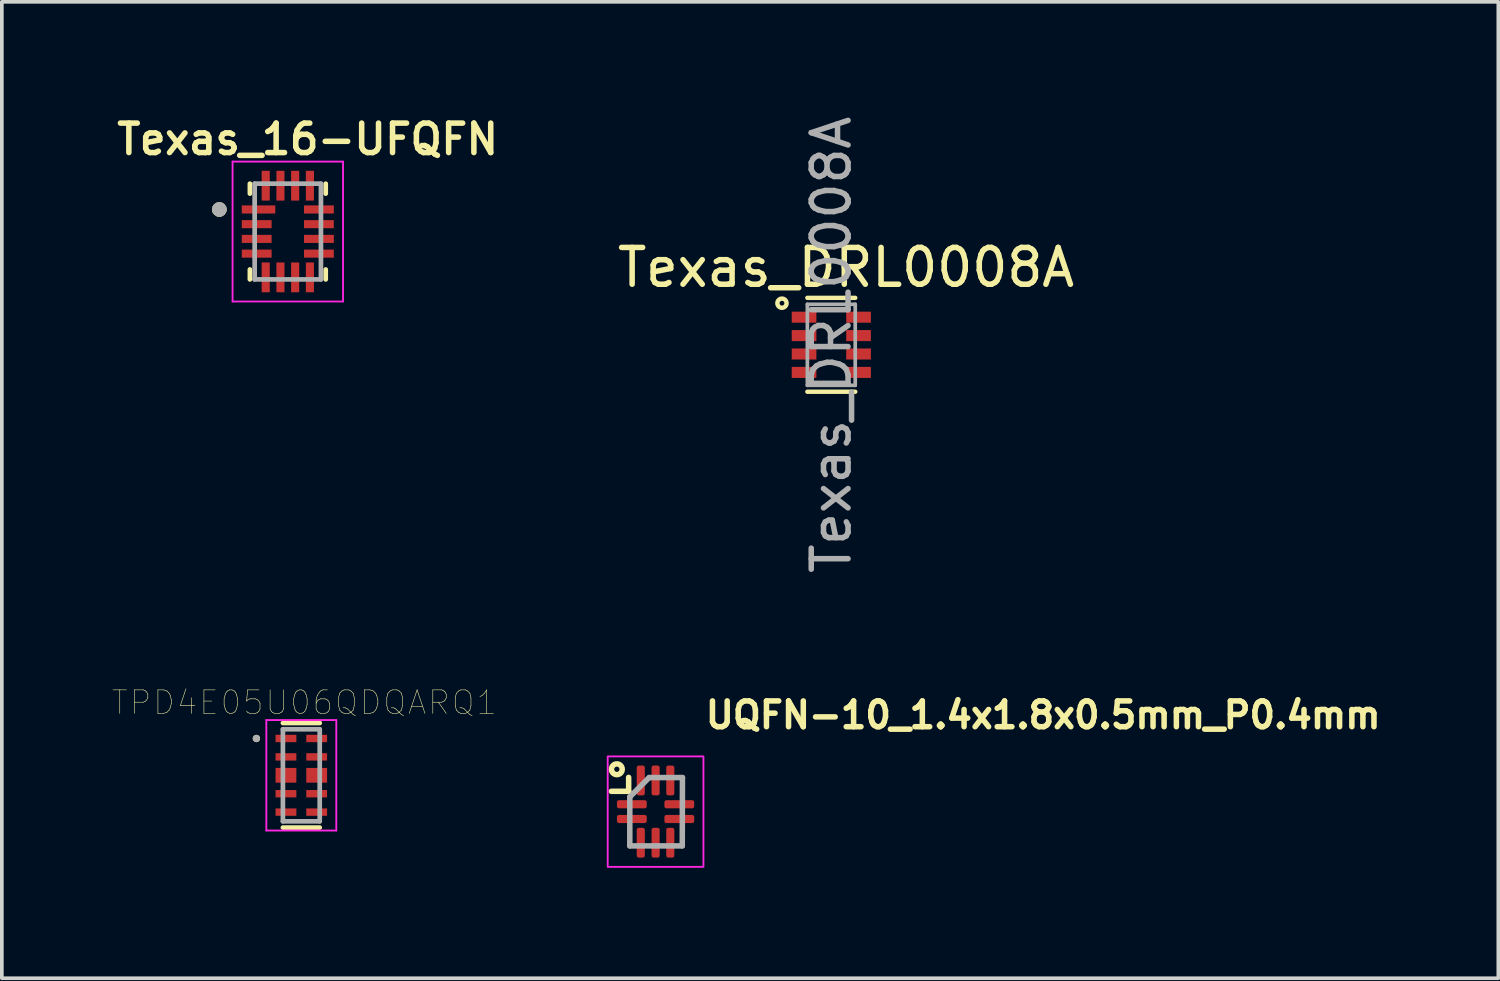
<source format=kicad_pcb>
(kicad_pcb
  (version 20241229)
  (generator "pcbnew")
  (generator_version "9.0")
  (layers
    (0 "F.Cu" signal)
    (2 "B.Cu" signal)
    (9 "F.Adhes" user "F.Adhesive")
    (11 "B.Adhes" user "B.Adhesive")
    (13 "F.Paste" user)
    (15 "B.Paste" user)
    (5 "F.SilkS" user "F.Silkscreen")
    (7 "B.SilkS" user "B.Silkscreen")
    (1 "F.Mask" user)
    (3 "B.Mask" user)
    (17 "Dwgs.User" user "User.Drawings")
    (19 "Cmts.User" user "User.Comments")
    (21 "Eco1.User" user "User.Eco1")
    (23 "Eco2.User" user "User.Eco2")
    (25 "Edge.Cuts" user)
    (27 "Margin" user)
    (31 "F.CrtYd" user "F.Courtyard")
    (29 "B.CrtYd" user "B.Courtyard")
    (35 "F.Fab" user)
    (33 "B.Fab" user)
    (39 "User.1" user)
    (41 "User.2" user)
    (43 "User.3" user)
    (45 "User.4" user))
  (footprint "Texas_16-UFQFN"
    (layer "F.Cu")
    (at 4.767 3.239)
    (property "Reference" "Texas_16-UFQFN" (at 0.54 -2.508 0) (layer "F.SilkS") (effects (font (size 0.8 0.8) (thickness 0.15))))
    (attr through_hole)
    (fp_line (start -1.03 -1.3) (end -1.03 -1.03) (stroke (width 0.127) (type solid)) (layer "F.SilkS"))
    (fp_line (start -1.03 1.3) (end -1.03 1.03) (stroke (width 0.127) (type solid)) (layer "F.SilkS"))
    (fp_line (start 1.03 -1.3) (end 1.03 -1.03) (stroke (width 0.127) (type solid)) (layer "F.SilkS"))
    (fp_line (start 1.03 1.3) (end 1.03 1.03) (stroke (width 0.127) (type solid)) (layer "F.SilkS"))
    (fp_circle (center -1.86 -0.6) (end -1.76 -0.6) (stroke (width 0.2) (type solid)) (fill no) (layer "F.SilkS"))
    (fp_line (start -1.5 -1.9) (end 1.5 -1.9) (stroke (width 0.05) (type solid)) (layer "F.CrtYd"))
    (fp_line (start -1.5 1.9) (end -1.5 -1.9) (stroke (width 0.05) (type solid)) (layer "F.CrtYd"))
    (fp_line (start -1.5 1.9) (end 1.5 1.9) (stroke (width 0.05) (type solid)) (layer "F.CrtYd"))
    (fp_line (start 1.5 1.9) (end 1.5 -1.9) (stroke (width 0.05) (type solid)) (layer "F.CrtYd"))
    (fp_line (start -0.9 1.3) (end -0.9 -1.3) (stroke (width 0.127) (type solid)) (layer "F.Fab"))
    (fp_line (start 0.9 -1.3) (end -0.9 -1.3) (stroke (width 0.127) (type solid)) (layer "F.Fab"))
    (fp_line (start 0.9 1.3) (end -0.9 1.3) (stroke (width 0.127) (type solid)) (layer "F.Fab"))
    (fp_line (start 0.9 1.3) (end 0.9 -1.3) (stroke (width 0.127) (type solid)) (layer "F.Fab"))
    (fp_circle (center -1.86 -0.6) (end -1.76 -0.6) (stroke (width 0.2) (type solid)) (fill no) (layer "F.Fab"))
    (pad "1" smd roundrect (at -0.795 -0.6) (size 0.91 0.22) (layers "F.Cu" "F.Mask" "F.Paste") (roundrect_rratio 0.03))
    (pad "2" smd roundrect (at -0.845 -0.2) (size 0.81 0.22) (layers "F.Cu" "F.Mask" "F.Paste") (roundrect_rratio 0.03))
    (pad "3" smd roundrect (at -0.845 0.2) (size 0.81 0.22) (layers "F.Cu" "F.Mask" "F.Paste") (roundrect_rratio 0.03))
    (pad "4" smd roundrect (at -0.845 0.6) (size 0.81 0.22) (layers "F.Cu" "F.Mask" "F.Paste") (roundrect_rratio 0.03))
    (pad "5" smd roundrect (at -0.6 1.245 90) (size 0.81 0.22) (layers "F.Cu" "F.Mask" "F.Paste") (roundrect_rratio 0.03))
    (pad "6" smd roundrect (at -0.2 1.245 90) (size 0.81 0.22) (layers "F.Cu" "F.Mask" "F.Paste") (roundrect_rratio 0.03))
    (pad "7" smd roundrect (at 0.2 1.245 90) (size 0.81 0.22) (layers "F.Cu" "F.Mask" "F.Paste") (roundrect_rratio 0.03))
    (pad "8" smd roundrect (at 0.6 1.245 90) (size 0.81 0.22) (layers "F.Cu" "F.Mask" "F.Paste") (roundrect_rratio 0.03))
    (pad "9" smd roundrect (at 0.845 0.6) (size 0.81 0.22) (layers "F.Cu" "F.Mask" "F.Paste") (roundrect_rratio 0.03))
    (pad "10" smd roundrect (at 0.845 0.2) (size 0.81 0.22) (layers "F.Cu" "F.Mask" "F.Paste") (roundrect_rratio 0.03))
    (pad "11" smd roundrect (at 0.845 -0.2) (size 0.81 0.22) (layers "F.Cu" "F.Mask" "F.Paste") (roundrect_rratio 0.03))
    (pad "12" smd roundrect (at 0.845 -0.6) (size 0.81 0.22) (layers "F.Cu" "F.Mask" "F.Paste") (roundrect_rratio 0.03))
    (pad "13" smd roundrect (at 0.6 -1.245 90) (size 0.81 0.22) (layers "F.Cu" "F.Mask" "F.Paste") (roundrect_rratio 0.03))
    (pad "14" smd roundrect (at 0.2 -1.245 90) (size 0.81 0.22) (layers "F.Cu" "F.Mask" "F.Paste") (roundrect_rratio 0.03))
    (pad "15" smd roundrect (at -0.2 -1.245 90) (size 0.81 0.22) (layers "F.Cu" "F.Mask" "F.Paste") (roundrect_rratio 0.03))
    (pad "16" smd roundrect (at -0.6 -1.245 90) (size 0.81 0.22) (layers "F.Cu" "F.Mask" "F.Paste") (roundrect_rratio 0.03)))
  (footprint "Texas_DRL0008A"
    (layer "F.Cu")
    (at 19.529 6.315)
    (property "Reference" "Texas_DRL0008A" (at 0.4 -2.1 0) (layer "F.SilkS") (effects (font (size 1 1) (thickness 0.15))))
    (attr through_hole)
    (fp_line (start -0.65 -1.275) (end 0.65 -1.275) (stroke (width 0.12) (type solid)) (layer "F.SilkS"))
    (fp_line (start -0.65 1.275) (end 0.65 1.275) (stroke (width 0.12) (type solid)) (layer "F.SilkS"))
    (fp_circle (center -1.34 -1.13) (end -1.215 -1.13) (stroke (width 0.12) (type solid)) (fill no) (layer "F.SilkS"))
    (fp_line (start -0.65 -1.1) (end 0.65 -1.1) (stroke (width 0.1) (type solid)) (layer "F.Fab"))
    (fp_line (start -0.65 1.1) (end -0.65 -1.1) (stroke (width 0.1) (type solid)) (layer "F.Fab"))
    (fp_line (start -0.65 1.1) (end 0.65 1.1) (stroke (width 0.1) (type solid)) (layer "F.Fab"))
    (fp_line (start 0.65 1.1) (end 0.65 -1.1) (stroke (width 0.1) (type solid)) (layer "F.Fab"))
    (fp_text user "${REFERENCE}" (at 0 0 90) (layer "F.Fab") (effects (font (size 1 1) (thickness 0.15))))
    (pad "1" smd rect (at -0.74 -0.75) (size 0.67 0.3) (layers "F.Cu" "F.Mask" "F.Paste"))
    (pad "2" smd rect (at -0.74 -0.25) (size 0.67 0.3) (layers "F.Cu" "F.Mask" "F.Paste"))
    (pad "3" smd rect (at -0.74 0.25) (size 0.67 0.3) (layers "F.Cu" "F.Mask" "F.Paste"))
    (pad "4" smd rect (at -0.74 0.75) (size 0.67 0.3) (layers "F.Cu" "F.Mask" "F.Paste"))
    (pad "5" smd rect (at 0.74 0.75) (size 0.67 0.3) (layers "F.Cu" "F.Mask" "F.Paste"))
    (pad "6" smd rect (at 0.74 0.25) (size 0.67 0.3) (layers "F.Cu" "F.Mask" "F.Paste"))
    (pad "7" smd rect (at 0.74 -0.25) (size 0.67 0.3) (layers "F.Cu" "F.Mask" "F.Paste"))
    (pad "8" smd rect (at 0.74 -0.75) (size 0.67 0.3) (layers "F.Cu" "F.Mask" "F.Paste")))
  (footprint "UQFN-10_1.4x1.8x0.5mm_P0.4mm"
    (layer "F.Cu")
    (at 14.756 18.995)
    (property "Reference" "UQFN-10_1.4x1.8x0.5mm_P0.4mm" (at 1.28 -2.214 0) (layer "F.SilkS") (effects (font (size 0.7 0.7) (thickness 0.15)) (justify left bottom)))
    (attr smd)
    (fp_line (start -0.731 -0.552) (end -1.2 -0.552) (stroke (width 0.15) (type solid)) (layer "F.SilkS"))
    (fp_line (start -0.731 -0.552) (end -0.731 -0.93) (stroke (width 0.15) (type solid)) (layer "F.SilkS"))
    (fp_circle (center -1.052 -1.151) (end -0.981 -1.151) (stroke (width 0.15) (type solid)) (fill no) (layer "F.SilkS"))
    (fp_rect (start -1.3 -1.5) (end 1.3 1.5) (stroke (width 0.05) (type solid)) (fill no) (layer "F.CrtYd"))
    (fp_line (start -0.7 -0.4) (end -0.175 -0.925) (stroke (width 0.15) (type solid)) (layer "F.Fab"))
    (fp_line (start -0.7 0.93) (end -0.7 -0.4) (stroke (width 0.15) (type solid)) (layer "F.Fab"))
    (fp_line (start -0.175 -0.925) (end 0.73 -0.925) (stroke (width 0.15) (type solid)) (layer "F.Fab"))
    (fp_line (start 0.725 0.93) (end -0.7 0.93) (stroke (width 0.15) (type solid)) (layer "F.Fab"))
    (fp_line (start 0.73 -0.925) (end 0.725 0.93) (stroke (width 0.15) (type solid)) (layer "F.Fab"))
    (fp_rect (start -0.7 -0.901) (end 0.7 0.9) (stroke (width 0.1) (type solid)) (fill no) (layer "User.5"))
    (fp_line (start -0.7 -0.901) (end -0.7 0.9) (stroke (width 0.02) (type solid)) (layer "User.9"))
    (fp_line (start -0.7 0.9) (end 0.7 0.9) (stroke (width 0.02) (type solid)) (layer "User.9"))
    (fp_line (start 0.7 -0.901) (end -0.7 -0.901) (stroke (width 0.02) (type solid)) (layer "User.9"))
    (fp_line (start 0.7 0.9) (end 0.7 -0.901) (stroke (width 0.02) (type solid)) (layer "User.9"))
    (pad "1" smd roundrect (at -0.644 -0.2) (size 0.81 0.22) (layers "F.Cu" "F.Mask" "F.Paste") (roundrect_rratio 0.25))
    (pad "2" smd roundrect (at -0.644 0.2) (size 0.81 0.22) (layers "F.Cu" "F.Mask" "F.Paste") (roundrect_rratio 0.25))
    (pad "3" smd roundrect (at -0.402 0.844 270) (size 0.81 0.22) (layers "F.Cu" "F.Mask" "F.Paste") (roundrect_rratio 0.25))
    (pad "4" smd roundrect (at 0.001 0.844 270) (size 0.81 0.22) (layers "F.Cu" "F.Mask" "F.Paste") (roundrect_rratio 0.25))
    (pad "5" smd roundrect (at 0.4 0.844 270) (size 0.81 0.22) (layers "F.Cu" "F.Mask" "F.Paste") (roundrect_rratio 0.25))
    (pad "6" smd roundrect (at 0.645 0.2) (size 0.81 0.22) (layers "F.Cu" "F.Mask" "F.Paste") (roundrect_rratio 0.25))
    (pad "7" smd roundrect (at 0.645 -0.2) (size 0.81 0.22) (layers "F.Cu" "F.Mask" "F.Paste") (roundrect_rratio 0.25))
    (pad "8" smd roundrect (at 0.4 -0.847 270) (size 0.81 0.22) (layers "F.Cu" "F.Mask" "F.Paste") (roundrect_rratio 0.25))
    (pad "9" smd roundrect (at 0.001 -0.847 270) (size 0.81 0.22) (layers "F.Cu" "F.Mask" "F.Paste") (roundrect_rratio 0.25))
    (pad "10" smd roundrect (at -0.402 -0.847 270) (size 0.81 0.22) (layers "F.Cu" "F.Mask" "F.Paste") (roundrect_rratio 0.25)))
  (footprint "TPD4E05U06QDQARQ1"
    (layer "F.Cu")
    (at 5.134 18.008)
    (property "Reference" "TPD4E05U06QDQARQ1" (at 0.082 -1.976 0) (layer "F.SilkS") (effects (font (size 0.64 0.64) (thickness 0.015))))
    (attr through_hole)
    (fp_poly (pts (xy -0.77 -1.17) (xy -0.065 -1.17) (xy -0.065 -0.83) (xy -0.77 -0.83)) (stroke (width 0.01) (type solid)) (fill yes) (layer "F.Mask"))
    (fp_poly (pts (xy -0.77 -0.67) (xy -0.065 -0.67) (xy -0.065 -0.33) (xy -0.77 -0.33)) (stroke (width 0.01) (type solid)) (fill yes) (layer "F.Mask"))
    (fp_poly (pts (xy -0.77 -0.27) (xy -0.065 -0.27) (xy -0.065 0.27) (xy -0.77 0.27)) (stroke (width 0.01) (type solid)) (fill yes) (layer "F.Mask"))
    (fp_poly (pts (xy -0.77 0.33) (xy -0.065 0.33) (xy -0.065 0.67) (xy -0.77 0.67)) (stroke (width 0.01) (type solid)) (fill yes) (layer "F.Mask"))
    (fp_poly (pts (xy -0.77 0.83) (xy -0.065 0.83) (xy -0.065 1.17) (xy -0.77 1.17)) (stroke (width 0.01) (type solid)) (fill yes) (layer "F.Mask"))
    (fp_poly (pts (xy 0.065 -1.17) (xy 0.77 -1.17) (xy 0.77 -0.83) (xy 0.065 -0.83)) (stroke (width 0.01) (type solid)) (fill yes) (layer "F.Mask"))
    (fp_poly (pts (xy 0.065 -0.67) (xy 0.77 -0.67) (xy 0.77 -0.33) (xy 0.065 -0.33)) (stroke (width 0.01) (type solid)) (fill yes) (layer "F.Mask"))
    (fp_poly (pts (xy 0.065 -0.27) (xy 0.77 -0.27) (xy 0.77 0.27) (xy 0.065 0.27)) (stroke (width 0.01) (type solid)) (fill yes) (layer "F.Mask"))
    (fp_poly (pts (xy 0.065 0.33) (xy 0.77 0.33) (xy 0.77 0.67) (xy 0.065 0.67)) (stroke (width 0.01) (type solid)) (fill yes) (layer "F.Mask"))
    (fp_poly (pts (xy 0.065 0.83) (xy 0.77 0.83) (xy 0.77 1.17) (xy 0.065 1.17)) (stroke (width 0.01) (type solid)) (fill yes) (layer "F.Mask"))
    (fp_line (start -0.5 -1.42) (end 0.5 -1.42) (stroke (width 0.127) (type solid)) (layer "F.SilkS"))
    (fp_line (start 0.5 1.42) (end -0.5 1.42) (stroke (width 0.127) (type solid)) (layer "F.SilkS"))
    (fp_circle (center -1.22 -1) (end -1.17 -1) (stroke (width 0.1) (type solid)) (fill no) (layer "F.SilkS"))
    (fp_poly (pts (xy -0.65 0.18) (xy -0.185 0.18) (xy -0.182 0.18) (xy -0.18 0.18) (xy -0.177 0.179) (xy -0.175 0.179) (xy -0.172 0.178) (xy -0.17 0.178) (xy -0.167 0.177) (xy -0.165 0.176) (xy -0.162 0.175) (xy -0.16 0.173) (xy -0.158 0.172) (xy -0.156 0.17) (xy -0.154 0.169) (xy -0.152 0.167) (xy -0.15 0.165) (xy -0.148 0.163) (xy -0.146 0.161) (xy -0.145 0.159) (xy -0.143 0.157) (xy -0.142 0.155) (xy -0.14 0.153) (xy -0.139 0.15) (xy -0.138 0.148) (xy -0.137 0.145) (xy -0.137 0.143) (xy -0.136 0.14) (xy -0.136 0.138) (xy -0.135 0.135) (xy -0.135 0.133) (xy -0.135 0.13) (xy -0.135 -0.133) (xy -0.135 -0.135) (xy -0.135 -0.137) (xy -0.136 -0.14) (xy -0.136 -0.142) (xy -0.137 -0.145) (xy -0.137 -0.147) (xy -0.138 -0.15) (xy -0.139 -0.152) (xy -0.14 -0.154) (xy -0.141 -0.156) (xy -0.143 -0.158) (xy -0.144 -0.16) (xy -0.146 -0.162) (xy -0.147 -0.164) (xy -0.149 -0.166) (xy -0.151 -0.168) (xy -0.153 -0.169) (xy -0.155 -0.171) (xy -0.157 -0.172) (xy -0.159 -0.174) (xy -0.161 -0.175) (xy -0.163 -0.176) (xy -0.165 -0.177) (xy -0.168 -0.178) (xy -0.17 -0.178) (xy -0.173 -0.179) (xy -0.175 -0.179) (xy -0.178 -0.18) (xy -0.18 -0.18) (xy -0.182 -0.18) (xy -0.65 -0.18) (xy -0.653 -0.18) (xy -0.655 -0.18) (xy -0.658 -0.179) (xy -0.66 -0.179) (xy -0.663 -0.178) (xy -0.665 -0.178) (xy -0.668 -0.177) (xy -0.67 -0.176) (xy -0.673 -0.175) (xy -0.675 -0.173) (xy -0.677 -0.172) (xy -0.679 -0.17) (xy -0.681 -0.169) (xy -0.683 -0.167) (xy -0.685 -0.165) (xy -0.687 -0.163) (xy -0.689 -0.161) (xy -0.69 -0.159) (xy -0.692 -0.157) (xy -0.693 -0.155) (xy -0.695 -0.153) (xy -0.696 -0.15) (xy -0.697 -0.148) (xy -0.698 -0.145) (xy -0.698 -0.143) (xy -0.699 -0.14) (xy -0.699 -0.138) (xy -0.7 -0.135) (xy -0.7 -0.133) (xy -0.7 -0.13) (xy -0.7 0.13) (xy -0.7 0.133) (xy -0.7 0.135) (xy -0.699 0.138) (xy -0.699 0.14) (xy -0.698 0.143) (xy -0.698 0.145) (xy -0.697 0.148) (xy -0.696 0.15) (xy -0.695 0.153) (xy -0.693 0.155) (xy -0.692 0.157) (xy -0.69 0.159) (xy -0.689 0.161) (xy -0.687 0.163) (xy -0.685 0.165) (xy -0.683 0.167) (xy -0.681 0.169) (xy -0.679 0.17) (xy -0.677 0.172) (xy -0.675 0.173) (xy -0.673 0.175) (xy -0.67 0.176) (xy -0.668 0.177) (xy -0.665 0.178) (xy -0.663 0.178) (xy -0.66 0.179) (xy -0.658 0.179) (xy -0.655 0.18) (xy -0.653 0.18) (xy -0.65 0.18)) (stroke (width 0.01) (type solid)) (fill yes) (layer "F.Paste"))
    (fp_poly (pts (xy 0.185 0.18) (xy 0.65 0.18) (xy 0.653 0.18) (xy 0.655 0.18) (xy 0.658 0.179) (xy 0.66 0.179) (xy 0.663 0.178) (xy 0.665 0.178) (xy 0.668 0.177) (xy 0.67 0.176) (xy 0.673 0.175) (xy 0.675 0.173) (xy 0.677 0.172) (xy 0.679 0.17) (xy 0.681 0.169) (xy 0.683 0.167) (xy 0.685 0.165) (xy 0.687 0.163) (xy 0.689 0.161) (xy 0.69 0.159) (xy 0.692 0.157) (xy 0.693 0.155) (xy 0.695 0.153) (xy 0.696 0.15) (xy 0.697 0.148) (xy 0.698 0.145) (xy 0.698 0.143) (xy 0.699 0.14) (xy 0.699 0.138) (xy 0.7 0.135) (xy 0.7 0.133) (xy 0.7 0.13) (xy 0.7 -0.133) (xy 0.7 -0.135) (xy 0.7 -0.137) (xy 0.699 -0.14) (xy 0.699 -0.142) (xy 0.698 -0.145) (xy 0.698 -0.147) (xy 0.697 -0.15) (xy 0.696 -0.152) (xy 0.695 -0.154) (xy 0.694 -0.156) (xy 0.692 -0.158) (xy 0.691 -0.16) (xy 0.689 -0.162) (xy 0.688 -0.164) (xy 0.686 -0.166) (xy 0.684 -0.168) (xy 0.682 -0.169) (xy 0.68 -0.171) (xy 0.678 -0.172) (xy 0.676 -0.174) (xy 0.674 -0.175) (xy 0.672 -0.176) (xy 0.67 -0.177) (xy 0.667 -0.178) (xy 0.665 -0.178) (xy 0.662 -0.179) (xy 0.66 -0.179) (xy 0.657 -0.18) (xy 0.655 -0.18) (xy 0.652 -0.18) (xy 0.185 -0.18) (xy 0.182 -0.18) (xy 0.18 -0.18) (xy 0.177 -0.179) (xy 0.175 -0.179) (xy 0.172 -0.178) (xy 0.17 -0.178) (xy 0.167 -0.177) (xy 0.165 -0.176) (xy 0.162 -0.175) (xy 0.16 -0.173) (xy 0.158 -0.172) (xy 0.156 -0.17) (xy 0.154 -0.169) (xy 0.152 -0.167) (xy 0.15 -0.165) (xy 0.148 -0.163) (xy 0.146 -0.161) (xy 0.145 -0.159) (xy 0.143 -0.157) (xy 0.142 -0.155) (xy 0.14 -0.153) (xy 0.139 -0.15) (xy 0.138 -0.148) (xy 0.137 -0.145) (xy 0.137 -0.143) (xy 0.136 -0.14) (xy 0.136 -0.138) (xy 0.135 -0.135) (xy 0.135 -0.133) (xy 0.135 -0.13) (xy 0.135 0.13) (xy 0.135 0.133) (xy 0.135 0.135) (xy 0.136 0.138) (xy 0.136 0.14) (xy 0.137 0.143) (xy 0.137 0.145) (xy 0.138 0.148) (xy 0.139 0.15) (xy 0.14 0.153) (xy 0.142 0.155) (xy 0.143 0.157) (xy 0.145 0.159) (xy 0.146 0.161) (xy 0.148 0.163) (xy 0.15 0.165) (xy 0.152 0.167) (xy 0.154 0.169) (xy 0.156 0.17) (xy 0.158 0.172) (xy 0.16 0.173) (xy 0.162 0.175) (xy 0.165 0.176) (xy 0.167 0.177) (xy 0.17 0.178) (xy 0.172 0.178) (xy 0.175 0.179) (xy 0.177 0.179) (xy 0.18 0.18) (xy 0.182 0.18) (xy 0.185 0.18)) (stroke (width 0.01) (type solid)) (fill yes) (layer "F.Paste"))
    (fp_line (start -0.95 -1.5) (end 0.95 -1.5) (stroke (width 0.05) (type solid)) (layer "F.CrtYd"))
    (fp_line (start -0.95 1.5) (end -0.95 -1.5) (stroke (width 0.05) (type solid)) (layer "F.CrtYd"))
    (fp_line (start 0.95 -1.5) (end 0.95 1.5) (stroke (width 0.05) (type solid)) (layer "F.CrtYd"))
    (fp_line (start 0.95 1.5) (end -0.95 1.5) (stroke (width 0.05) (type solid)) (layer "F.CrtYd"))
    (fp_line (start -0.5 -1.25) (end 0.5 -1.25) (stroke (width 0.127) (type solid)) (layer "F.Fab"))
    (fp_line (start -0.5 1.25) (end -0.5 -1.25) (stroke (width 0.127) (type solid)) (layer "F.Fab"))
    (fp_line (start 0.5 -1.25) (end 0.5 1.25) (stroke (width 0.127) (type solid)) (layer "F.Fab"))
    (fp_line (start 0.5 1.25) (end -0.5 1.25) (stroke (width 0.127) (type solid)) (layer "F.Fab"))
    (fp_circle (center -1.22 -1) (end -1.17 -1) (stroke (width 0.1) (type solid)) (fill no) (layer "F.Fab"))
    (pad "1" smd rect (at -0.417 -1) (size 0.565 0.2) (layers "F.Cu" "F.Paste"))
    (pad "2" smd rect (at -0.417 -0.5) (size 0.565 0.2) (layers "F.Cu" "F.Paste"))
    (pad "3" smd rect (at -0.417 0) (size 0.565 0.4) (layers "F.Cu"))
    (pad "4" smd rect (at -0.417 0.5) (size 0.565 0.2) (layers "F.Cu" "F.Paste"))
    (pad "5" smd rect (at -0.417 1) (size 0.565 0.2) (layers "F.Cu" "F.Paste"))
    (pad "6" smd rect (at 0.417 1) (size 0.565 0.2) (layers "F.Cu" "F.Paste"))
    (pad "7" smd rect (at 0.417 0.5) (size 0.565 0.2) (layers "F.Cu" "F.Paste"))
    (pad "8" smd rect (at 0.417 0) (size 0.565 0.4) (layers "F.Cu"))
    (pad "9" smd rect (at 0.417 -0.5) (size 0.565 0.2) (layers "F.Cu" "F.Paste"))
    (pad "10" smd rect (at 0.417 -1) (size 0.565 0.2) (layers "F.Cu" "F.Paste")))
  (gr_rect
    (start -3 -3)
    (end 37.646 23.52)
    (stroke (width 0.1) (type default))
    (fill no)
    (layer "Edge.Cuts")))
</source>
